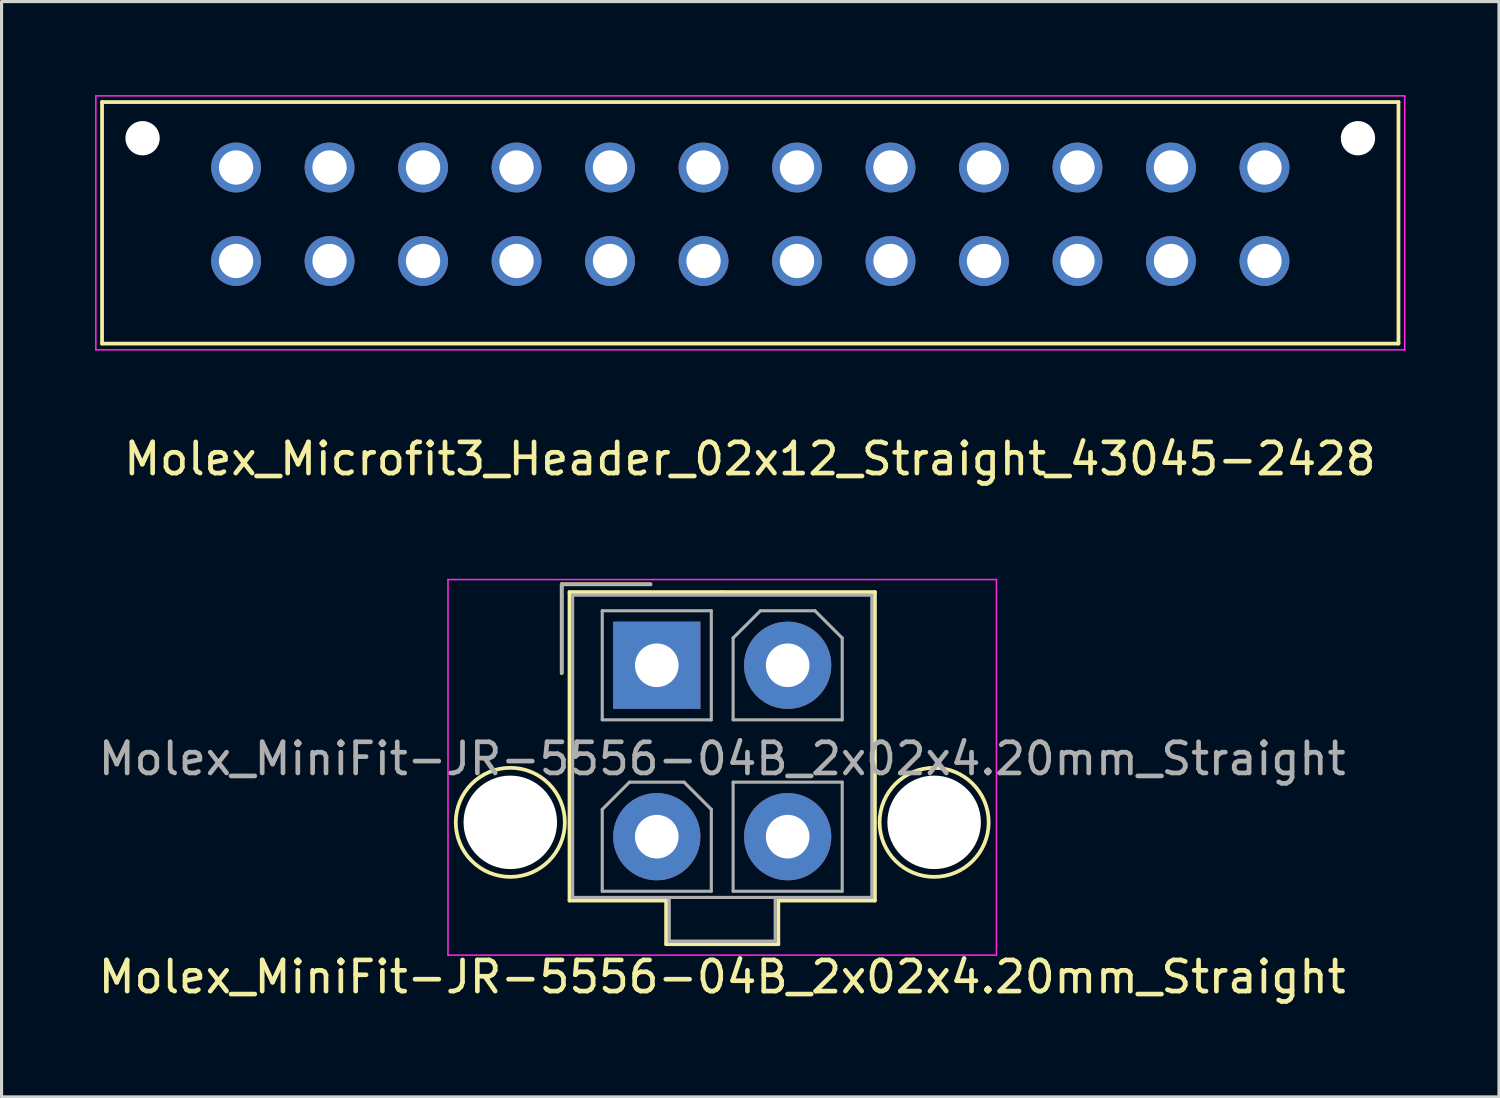
<source format=kicad_pcb>
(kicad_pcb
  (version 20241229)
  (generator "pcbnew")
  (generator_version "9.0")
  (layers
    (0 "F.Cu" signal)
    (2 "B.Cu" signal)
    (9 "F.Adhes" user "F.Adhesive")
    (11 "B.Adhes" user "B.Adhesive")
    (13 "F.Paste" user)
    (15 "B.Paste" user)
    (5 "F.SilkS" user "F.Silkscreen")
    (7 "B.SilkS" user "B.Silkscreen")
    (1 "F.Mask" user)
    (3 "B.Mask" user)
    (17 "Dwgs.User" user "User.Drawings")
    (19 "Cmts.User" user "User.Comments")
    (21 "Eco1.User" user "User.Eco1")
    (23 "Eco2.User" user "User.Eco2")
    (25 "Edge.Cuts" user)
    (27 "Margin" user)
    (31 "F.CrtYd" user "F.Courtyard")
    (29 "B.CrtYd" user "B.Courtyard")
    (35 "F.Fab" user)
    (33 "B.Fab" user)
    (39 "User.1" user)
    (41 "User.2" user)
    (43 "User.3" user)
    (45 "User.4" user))
  (footprint "Molex_MiniFit-JR-5556-04B_2x02x4.20mm_Straight"
    (layer "F.Cu")
    (at 18.025 18.298)
    (property "Reference" "Molex_MiniFit-JR-5556-04B_2x02x4.20mm_Straight" (at 2.1 10 0) (layer "F.SilkS") (effects (font (size 1 1) (thickness 0.15))))
    (attr through_hole)
    (fp_line (start -3.05 -2.6) (end -3.05 0.25) (stroke (width 0.12) (type solid)) (layer "F.SilkS"))
    (fp_line (start -2.8 -2.35) (end -2.8 7.55) (stroke (width 0.12) (type solid)) (layer "F.SilkS"))
    (fp_line (start -2.8 7.55) (end 0.3 7.55) (stroke (width 0.12) (type solid)) (layer "F.SilkS"))
    (fp_line (start -0.2 -2.6) (end -3.05 -2.6) (stroke (width 0.12) (type solid)) (layer "F.SilkS"))
    (fp_line (start 0.3 7.55) (end 0.3 8.95) (stroke (width 0.12) (type solid)) (layer "F.SilkS"))
    (fp_line (start 0.3 8.95) (end 2.1 8.95) (stroke (width 0.12) (type solid)) (layer "F.SilkS"))
    (fp_line (start 2.1 -2.35) (end -2.8 -2.35) (stroke (width 0.12) (type solid)) (layer "F.SilkS"))
    (fp_line (start 2.1 -2.35) (end 7 -2.35) (stroke (width 0.12) (type solid)) (layer "F.SilkS"))
    (fp_line (start 3.9 7.55) (end 3.9 8.95) (stroke (width 0.12) (type solid)) (layer "F.SilkS"))
    (fp_line (start 3.9 8.95) (end 2.1 8.95) (stroke (width 0.12) (type solid)) (layer "F.SilkS"))
    (fp_line (start 7 -2.35) (end 7 7.55) (stroke (width 0.12) (type solid)) (layer "F.SilkS"))
    (fp_line (start 7 7.55) (end 3.9 7.55) (stroke (width 0.12) (type solid)) (layer "F.SilkS"))
    (fp_circle (center -4.7 5.04) (end -2.95 5.04) (stroke (width 0.12) (type solid)) (fill no) (layer "F.SilkS"))
    (fp_circle (center 8.9 5.04) (end 10.65 5.04) (stroke (width 0.12) (type solid)) (fill no) (layer "F.SilkS"))
    (fp_line (start -6.7 -2.75) (end -6.7 9.3) (stroke (width 0.05) (type solid)) (layer "F.CrtYd"))
    (fp_line (start -6.7 9.3) (end 10.9 9.3) (stroke (width 0.05) (type solid)) (layer "F.CrtYd"))
    (fp_line (start 10.9 -2.75) (end -6.7 -2.75) (stroke (width 0.05) (type solid)) (layer "F.CrtYd"))
    (fp_line (start 10.9 9.3) (end 10.9 -2.75) (stroke (width 0.05) (type solid)) (layer "F.CrtYd"))
    (fp_line (start -3.05 -2.6) (end -3.05 0.25) (stroke (width 0.1) (type solid)) (layer "F.Fab"))
    (fp_line (start -2.7 -2.25) (end -2.7 7.45) (stroke (width 0.1) (type solid)) (layer "F.Fab"))
    (fp_line (start -2.7 7.45) (end 6.9 7.45) (stroke (width 0.1) (type solid)) (layer "F.Fab"))
    (fp_line (start -1.75 -1.75) (end -1.75 1.75) (stroke (width 0.1) (type solid)) (layer "F.Fab"))
    (fp_line (start -1.75 1.75) (end 1.75 1.75) (stroke (width 0.1) (type solid)) (layer "F.Fab"))
    (fp_line (start -1.75 4.625) (end -0.875 3.75) (stroke (width 0.1) (type solid)) (layer "F.Fab"))
    (fp_line (start -1.75 7.25) (end -1.75 4.625) (stroke (width 0.1) (type solid)) (layer "F.Fab"))
    (fp_line (start -0.875 3.75) (end 0.875 3.75) (stroke (width 0.1) (type solid)) (layer "F.Fab"))
    (fp_line (start -0.2 -2.6) (end -3.05 -2.6) (stroke (width 0.1) (type solid)) (layer "F.Fab"))
    (fp_line (start 0.4 7.45) (end 0.4 8.85) (stroke (width 0.1) (type solid)) (layer "F.Fab"))
    (fp_line (start 0.4 8.85) (end 3.8 8.85) (stroke (width 0.1) (type solid)) (layer "F.Fab"))
    (fp_line (start 0.875 3.75) (end 1.75 4.625) (stroke (width 0.1) (type solid)) (layer "F.Fab"))
    (fp_line (start 1.75 -1.75) (end -1.75 -1.75) (stroke (width 0.1) (type solid)) (layer "F.Fab"))
    (fp_line (start 1.75 1.75) (end 1.75 -1.75) (stroke (width 0.1) (type solid)) (layer "F.Fab"))
    (fp_line (start 1.75 4.625) (end 1.75 7.25) (stroke (width 0.1) (type solid)) (layer "F.Fab"))
    (fp_line (start 1.75 7.25) (end -1.75 7.25) (stroke (width 0.1) (type solid)) (layer "F.Fab"))
    (fp_line (start 2.45 -0.875) (end 3.325 -1.75) (stroke (width 0.1) (type solid)) (layer "F.Fab"))
    (fp_line (start 2.45 1.75) (end 2.45 -0.875) (stroke (width 0.1) (type solid)) (layer "F.Fab"))
    (fp_line (start 2.45 3.75) (end 2.45 7.25) (stroke (width 0.1) (type solid)) (layer "F.Fab"))
    (fp_line (start 2.45 7.25) (end 5.95 7.25) (stroke (width 0.1) (type solid)) (layer "F.Fab"))
    (fp_line (start 3.325 -1.75) (end 5.075 -1.75) (stroke (width 0.1) (type solid)) (layer "F.Fab"))
    (fp_line (start 3.8 8.85) (end 3.8 7.45) (stroke (width 0.1) (type solid)) (layer "F.Fab"))
    (fp_line (start 5.075 -1.75) (end 5.95 -0.875) (stroke (width 0.1) (type solid)) (layer "F.Fab"))
    (fp_line (start 5.95 -0.875) (end 5.95 1.75) (stroke (width 0.1) (type solid)) (layer "F.Fab"))
    (fp_line (start 5.95 1.75) (end 2.45 1.75) (stroke (width 0.1) (type solid)) (layer "F.Fab"))
    (fp_line (start 5.95 3.75) (end 2.45 3.75) (stroke (width 0.1) (type solid)) (layer "F.Fab"))
    (fp_line (start 5.95 7.25) (end 5.95 3.75) (stroke (width 0.1) (type solid)) (layer "F.Fab"))
    (fp_line (start 6.9 -2.25) (end -2.7 -2.25) (stroke (width 0.1) (type solid)) (layer "F.Fab"))
    (fp_line (start 6.9 7.45) (end 6.9 -2.25) (stroke (width 0.1) (type solid)) (layer "F.Fab"))
    (fp_text user "${REFERENCE}" (at 2.1 3 0) (layer "F.Fab") (effects (font (size 1 1) (thickness 0.15))))
    (pad "" np_thru_hole circle (at -4.7 5.04) (size 3 3) (drill 3) (layers "*.Cu" "*.Mask"))
    (pad "" np_thru_hole circle (at 8.9 5.04) (size 3 3) (drill 3) (layers "*.Cu" "*.Mask"))
    (pad "1" thru_hole rect (at 0 0) (size 2.8 2.8) (drill 1.4) (layers "*.Cu" "*.Mask"))
    (pad "2" thru_hole circle (at 4.2 0) (size 2.8 2.8) (drill 1.4) (layers "*.Cu" "*.Mask"))
    (pad "3" thru_hole circle (at 0 5.5) (size 2.8 2.8) (drill 1.4) (layers "*.Cu" "*.Mask"))
    (pad "4" thru_hole circle (at 4.2 5.5) (size 2.8 2.8) (drill 1.4) (layers "*.Cu" "*.Mask")))
  (footprint "Molex_Microfit3_Header_02x12_Straight_43045-2428"
    (layer "F.Cu")
    (at 37.525 5.325)
    (property "Reference" "Molex_Microfit3_Header_02x12_Straight_43045-2428" (at -16.51 6.35 0) (layer "F.SilkS") (effects (font (size 1 1) (thickness 0.15))))
    (attr through_hole)
    (fp_line (start -37.3 2.65) (end -37.3 -5.1) (stroke (width 0.12) (type solid)) (layer "F.SilkS"))
    (fp_line (start 4.3 -5.1) (end -37.3 -5.1) (stroke (width 0.12) (type solid)) (layer "F.SilkS"))
    (fp_line (start 4.3 2.65) (end -37.3 2.65) (stroke (width 0.12) (type solid)) (layer "F.SilkS"))
    (fp_line (start 4.3 2.65) (end 4.3 -5.1) (stroke (width 0.12) (type solid)) (layer "F.SilkS"))
    (fp_line (start -37.5 2.85) (end -37.5 -5.3) (stroke (width 0.05) (type solid)) (layer "F.CrtYd"))
    (fp_line (start 4.5 -5.3) (end -37.5 -5.3) (stroke (width 0.05) (type solid)) (layer "F.CrtYd"))
    (fp_line (start 4.5 2.85) (end -37.5 2.85) (stroke (width 0.05) (type solid)) (layer "F.CrtYd"))
    (fp_line (start 4.5 2.85) (end 4.5 -5.3) (stroke (width 0.05) (type solid)) (layer "F.CrtYd"))
    (pad "" np_thru_hole circle (at -36 -3.94) (size 1.1 1.1) (drill 1.1) (layers "*.Cu" "*.Mask"))
    (pad "" np_thru_hole circle (at 3 -3.94) (size 1.1 1.1) (drill 1.1) (layers "*.Cu" "*.Mask"))
    (pad "1" thru_hole circle (at 0 0) (size 1.6 1.6) (drill 1.1) (layers "*.Cu" "*.Mask"))
    (pad "2" thru_hole circle (at -3 0) (size 1.6 1.6) (drill 1.1) (layers "*.Cu" "*.Mask"))
    (pad "3" thru_hole circle (at -6 0) (size 1.6 1.6) (drill 1.1) (layers "*.Cu" "*.Mask"))
    (pad "4" thru_hole circle (at -9 0) (size 1.6 1.6) (drill 1.1) (layers "*.Cu" "*.Mask"))
    (pad "5" thru_hole circle (at -12 0) (size 1.6 1.6) (drill 1.1) (layers "*.Cu" "*.Mask"))
    (pad "6" thru_hole circle (at -15 0) (size 1.6 1.6) (drill 1.1) (layers "*.Cu" "*.Mask"))
    (pad "7" thru_hole circle (at -18 0) (size 1.6 1.6) (drill 1.1) (layers "*.Cu" "*.Mask"))
    (pad "8" thru_hole circle (at -21 0) (size 1.6 1.6) (drill 1.1) (layers "*.Cu" "*.Mask"))
    (pad "9" thru_hole circle (at -24 0) (size 1.6 1.6) (drill 1.1) (layers "*.Cu" "*.Mask"))
    (pad "10" thru_hole circle (at -27 0) (size 1.6 1.6) (drill 1.1) (layers "*.Cu" "*.Mask"))
    (pad "11" thru_hole circle (at -30 0) (size 1.6 1.6) (drill 1.1) (layers "*.Cu" "*.Mask"))
    (pad "12" thru_hole circle (at -33 0) (size 1.6 1.6) (drill 1.1) (layers "*.Cu" "*.Mask"))
    (pad "13" thru_hole circle (at 0 -3) (size 1.6 1.6) (drill 1.1) (layers "*.Cu" "*.Mask"))
    (pad "14" thru_hole circle (at -3 -3) (size 1.6 1.6) (drill 1.1) (layers "*.Cu" "*.Mask"))
    (pad "15" thru_hole circle (at -6 -3) (size 1.6 1.6) (drill 1.1) (layers "*.Cu" "*.Mask"))
    (pad "16" thru_hole circle (at -9 -3) (size 1.6 1.6) (drill 1.1) (layers "*.Cu" "*.Mask"))
    (pad "17" thru_hole circle (at -12 -3) (size 1.6 1.6) (drill 1.1) (layers "*.Cu" "*.Mask"))
    (pad "18" thru_hole circle (at -15 -3) (size 1.6 1.6) (drill 1.1) (layers "*.Cu" "*.Mask"))
    (pad "19" thru_hole circle (at -18 -3) (size 1.6 1.6) (drill 1.1) (layers "*.Cu" "*.Mask"))
    (pad "20" thru_hole circle (at -21 -3) (size 1.6 1.6) (drill 1.1) (layers "*.Cu" "*.Mask"))
    (pad "21" thru_hole circle (at -24 -3) (size 1.6 1.6) (drill 1.1) (layers "*.Cu" "*.Mask"))
    (pad "22" thru_hole circle (at -27 -3) (size 1.6 1.6) (drill 1.1) (layers "*.Cu" "*.Mask"))
    (pad "23" thru_hole circle (at -30 -3) (size 1.6 1.6) (drill 1.1) (layers "*.Cu" "*.Mask"))
    (pad "24" thru_hole circle (at -33 -3) (size 1.6 1.6) (drill 1.1) (layers "*.Cu" "*.Mask")))
  (gr_rect
    (start -3 -3)
    (end 45.05 32.147)
    (stroke (width 0.1) (type default))
    (fill no)
    (layer "Edge.Cuts")))
</source>
